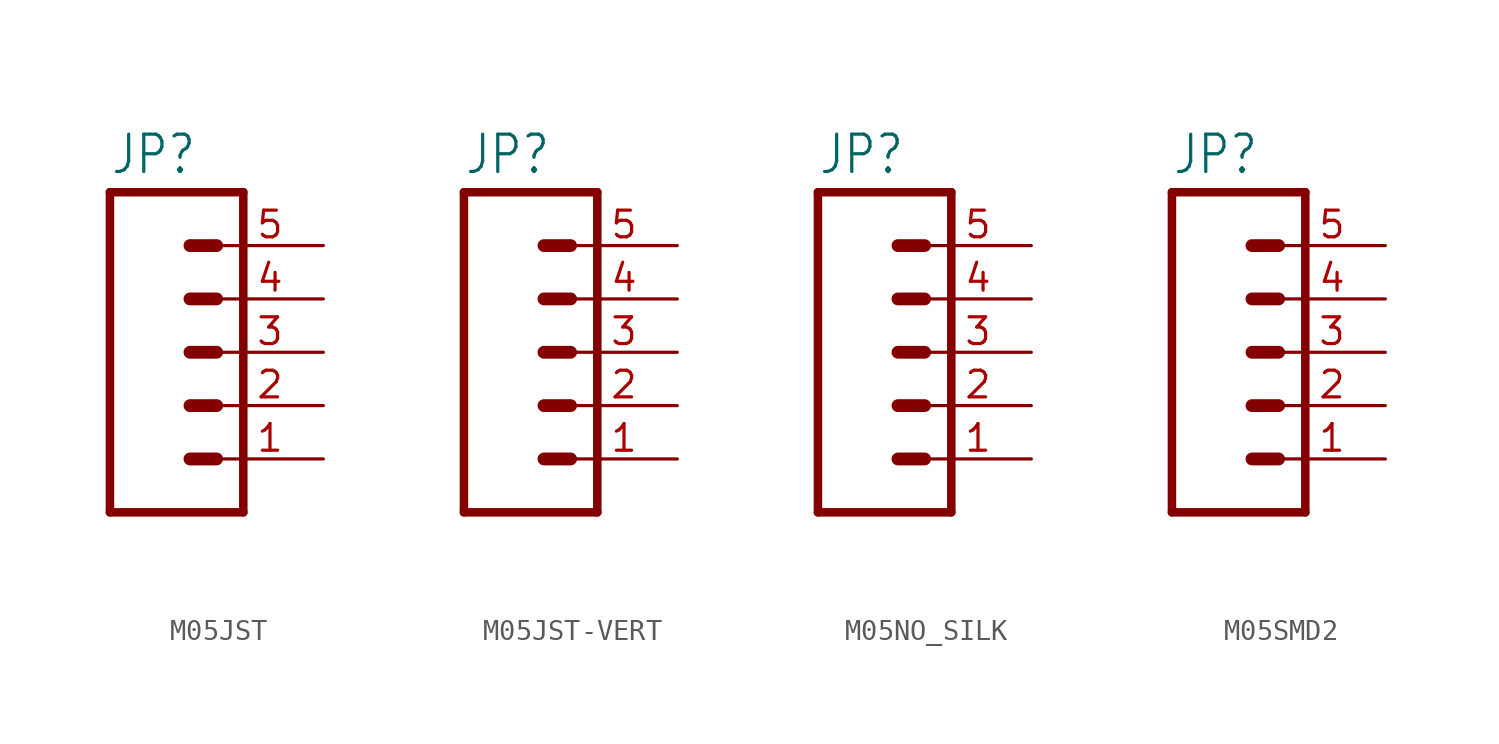
<source format=kicad_sym>
(kicad_symbol_lib
  (version 20231120)
  (generator "kicad_symbol_editor")
  (generator_version "8.0")
  (symbol "M05JST"
    (property "Reference" "JP"
      (at -2.54 8.382 0)
      (effects (font (size 1.778 1.511)) (justify left bottom)))
    (property "Value" ""
      (at -2.54 -10.16 0)
      (effects (font (size 1.778 1.511)) (justify left bottom)))
    (property "ki_locked" ""
      (at 0 0 0)
      (effects (font (size 1.27 1.27))))
    (symbol "M05JST_1_0"
      (polyline (pts (xy -2.54 7.62) (xy -2.54 -7.62)) (stroke (width 0.406) (type solid)) (fill (type none)))
      (polyline (pts (xy -2.54 7.62) (xy 3.81 7.62)) (stroke (width 0.406) (type solid)) (fill (type none)))
      (polyline (pts (xy 1.27 -5.08) (xy 2.54 -5.08)) (stroke (width 0.61) (type solid)) (fill (type none)))
      (polyline (pts (xy 1.27 -2.54) (xy 2.54 -2.54)) (stroke (width 0.61) (type solid)) (fill (type none)))
      (polyline (pts (xy 1.27 0) (xy 2.54 0)) (stroke (width 0.61) (type solid)) (fill (type none)))
      (polyline (pts (xy 1.27 2.54) (xy 2.54 2.54)) (stroke (width 0.61) (type solid)) (fill (type none)))
      (polyline (pts (xy 1.27 5.08) (xy 2.54 5.08)) (stroke (width 0.61) (type solid)) (fill (type none)))
      (polyline (pts (xy 3.81 -7.62) (xy -2.54 -7.62)) (stroke (width 0.406) (type solid)) (fill (type none)))
      (polyline (pts (xy 3.81 -7.62) (xy 3.81 7.62)) (stroke (width 0.406) (type solid)) (fill (type none)))
      (pin passive line (at 7.62 -5.08 180) (length 5.08) (name "1" (effects (font (size 0 0)))) (number "1" (effects (font (size 1.27 1.27)))))
      (pin passive line (at 7.62 -2.54 180) (length 5.08) (name "2" (effects (font (size 0 0)))) (number "2" (effects (font (size 1.27 1.27)))))
      (pin passive line (at 7.62 0 180) (length 5.08) (name "3" (effects (font (size 0 0)))) (number "3" (effects (font (size 1.27 1.27)))))
      (pin passive line (at 7.62 2.54 180) (length 5.08) (name "4" (effects (font (size 0 0)))) (number "4" (effects (font (size 1.27 1.27)))))
      (pin passive line (at 7.62 5.08 180) (length 5.08) (name "5" (effects (font (size 0 0)))) (number "5" (effects (font (size 1.27 1.27)))))))
  (symbol "M05JST-VERT"
    (property "Reference" "JP"
      (at -2.54 8.382 0)
      (effects (font (size 1.778 1.511)) (justify left bottom)))
    (property "Value" ""
      (at -2.54 -10.16 0)
      (effects (font (size 1.778 1.511)) (justify left bottom)))
    (property "ki_locked" ""
      (at 0 0 0)
      (effects (font (size 1.27 1.27))))
    (symbol "M05JST-VERT_1_0"
      (polyline (pts (xy -2.54 7.62) (xy -2.54 -7.62)) (stroke (width 0.406) (type solid)) (fill (type none)))
      (polyline (pts (xy -2.54 7.62) (xy 3.81 7.62)) (stroke (width 0.406) (type solid)) (fill (type none)))
      (polyline (pts (xy 1.27 -5.08) (xy 2.54 -5.08)) (stroke (width 0.61) (type solid)) (fill (type none)))
      (polyline (pts (xy 1.27 -2.54) (xy 2.54 -2.54)) (stroke (width 0.61) (type solid)) (fill (type none)))
      (polyline (pts (xy 1.27 0) (xy 2.54 0)) (stroke (width 0.61) (type solid)) (fill (type none)))
      (polyline (pts (xy 1.27 2.54) (xy 2.54 2.54)) (stroke (width 0.61) (type solid)) (fill (type none)))
      (polyline (pts (xy 1.27 5.08) (xy 2.54 5.08)) (stroke (width 0.61) (type solid)) (fill (type none)))
      (polyline (pts (xy 3.81 -7.62) (xy -2.54 -7.62)) (stroke (width 0.406) (type solid)) (fill (type none)))
      (polyline (pts (xy 3.81 -7.62) (xy 3.81 7.62)) (stroke (width 0.406) (type solid)) (fill (type none)))
      (pin passive line (at 7.62 -5.08 180) (length 5.08) (name "1" (effects (font (size 0 0)))) (number "1" (effects (font (size 1.27 1.27)))))
      (pin passive line (at 7.62 -2.54 180) (length 5.08) (name "2" (effects (font (size 0 0)))) (number "2" (effects (font (size 1.27 1.27)))))
      (pin passive line (at 7.62 0 180) (length 5.08) (name "3" (effects (font (size 0 0)))) (number "3" (effects (font (size 1.27 1.27)))))
      (pin passive line (at 7.62 2.54 180) (length 5.08) (name "4" (effects (font (size 0 0)))) (number "4" (effects (font (size 1.27 1.27)))))
      (pin passive line (at 7.62 5.08 180) (length 5.08) (name "5" (effects (font (size 0 0)))) (number "5" (effects (font (size 1.27 1.27)))))))
  (symbol "M05NO_SILK"
    (property "Reference" "JP"
      (at -2.54 8.382 0)
      (effects (font (size 1.778 1.511)) (justify left bottom)))
    (property "Value" ""
      (at -2.54 -10.16 0)
      (effects (font (size 1.778 1.511)) (justify left bottom)))
    (property "ki_locked" ""
      (at 0 0 0)
      (effects (font (size 1.27 1.27))))
    (symbol "M05NO_SILK_1_0"
      (polyline (pts (xy -2.54 7.62) (xy -2.54 -7.62)) (stroke (width 0.406) (type solid)) (fill (type none)))
      (polyline (pts (xy -2.54 7.62) (xy 3.81 7.62)) (stroke (width 0.406) (type solid)) (fill (type none)))
      (polyline (pts (xy 1.27 -5.08) (xy 2.54 -5.08)) (stroke (width 0.61) (type solid)) (fill (type none)))
      (polyline (pts (xy 1.27 -2.54) (xy 2.54 -2.54)) (stroke (width 0.61) (type solid)) (fill (type none)))
      (polyline (pts (xy 1.27 0) (xy 2.54 0)) (stroke (width 0.61) (type solid)) (fill (type none)))
      (polyline (pts (xy 1.27 2.54) (xy 2.54 2.54)) (stroke (width 0.61) (type solid)) (fill (type none)))
      (polyline (pts (xy 1.27 5.08) (xy 2.54 5.08)) (stroke (width 0.61) (type solid)) (fill (type none)))
      (polyline (pts (xy 3.81 -7.62) (xy -2.54 -7.62)) (stroke (width 0.406) (type solid)) (fill (type none)))
      (polyline (pts (xy 3.81 -7.62) (xy 3.81 7.62)) (stroke (width 0.406) (type solid)) (fill (type none)))
      (pin passive line (at 7.62 -5.08 180) (length 5.08) (name "1" (effects (font (size 0 0)))) (number "1" (effects (font (size 1.27 1.27)))))
      (pin passive line (at 7.62 -2.54 180) (length 5.08) (name "2" (effects (font (size 0 0)))) (number "2" (effects (font (size 1.27 1.27)))))
      (pin passive line (at 7.62 0 180) (length 5.08) (name "3" (effects (font (size 0 0)))) (number "3" (effects (font (size 1.27 1.27)))))
      (pin passive line (at 7.62 2.54 180) (length 5.08) (name "4" (effects (font (size 0 0)))) (number "4" (effects (font (size 1.27 1.27)))))
      (pin passive line (at 7.62 5.08 180) (length 5.08) (name "5" (effects (font (size 0 0)))) (number "5" (effects (font (size 1.27 1.27)))))))
  (symbol "M05SMD2"
    (property "Reference" "JP"
      (at -2.54 8.382 0)
      (effects (font (size 1.778 1.511)) (justify left bottom)))
    (property "Value" ""
      (at -2.54 -10.16 0)
      (effects (font (size 1.778 1.511)) (justify left bottom)))
    (property "ki_locked" ""
      (at 0 0 0)
      (effects (font (size 1.27 1.27))))
    (symbol "M05SMD2_1_0"
      (polyline (pts (xy -2.54 7.62) (xy -2.54 -7.62)) (stroke (width 0.406) (type solid)) (fill (type none)))
      (polyline (pts (xy -2.54 7.62) (xy 3.81 7.62)) (stroke (width 0.406) (type solid)) (fill (type none)))
      (polyline (pts (xy 1.27 -5.08) (xy 2.54 -5.08)) (stroke (width 0.61) (type solid)) (fill (type none)))
      (polyline (pts (xy 1.27 -2.54) (xy 2.54 -2.54)) (stroke (width 0.61) (type solid)) (fill (type none)))
      (polyline (pts (xy 1.27 0) (xy 2.54 0)) (stroke (width 0.61) (type solid)) (fill (type none)))
      (polyline (pts (xy 1.27 2.54) (xy 2.54 2.54)) (stroke (width 0.61) (type solid)) (fill (type none)))
      (polyline (pts (xy 1.27 5.08) (xy 2.54 5.08)) (stroke (width 0.61) (type solid)) (fill (type none)))
      (polyline (pts (xy 3.81 -7.62) (xy -2.54 -7.62)) (stroke (width 0.406) (type solid)) (fill (type none)))
      (polyline (pts (xy 3.81 -7.62) (xy 3.81 7.62)) (stroke (width 0.406) (type solid)) (fill (type none)))
      (pin passive line (at 7.62 -5.08 180) (length 5.08) (name "1" (effects (font (size 0 0)))) (number "1" (effects (font (size 1.27 1.27)))))
      (pin passive line (at 7.62 -2.54 180) (length 5.08) (name "2" (effects (font (size 0 0)))) (number "2" (effects (font (size 1.27 1.27)))))
      (pin passive line (at 7.62 0 180) (length 5.08) (name "3" (effects (font (size 0 0)))) (number "3" (effects (font (size 1.27 1.27)))))
      (pin passive line (at 7.62 2.54 180) (length 5.08) (name "4" (effects (font (size 0 0)))) (number "4" (effects (font (size 1.27 1.27)))))
      (pin passive line (at 7.62 5.08 180) (length 5.08) (name "5" (effects (font (size 0 0)))) (number "5" (effects (font (size 1.27 1.27))))))))
</source>
